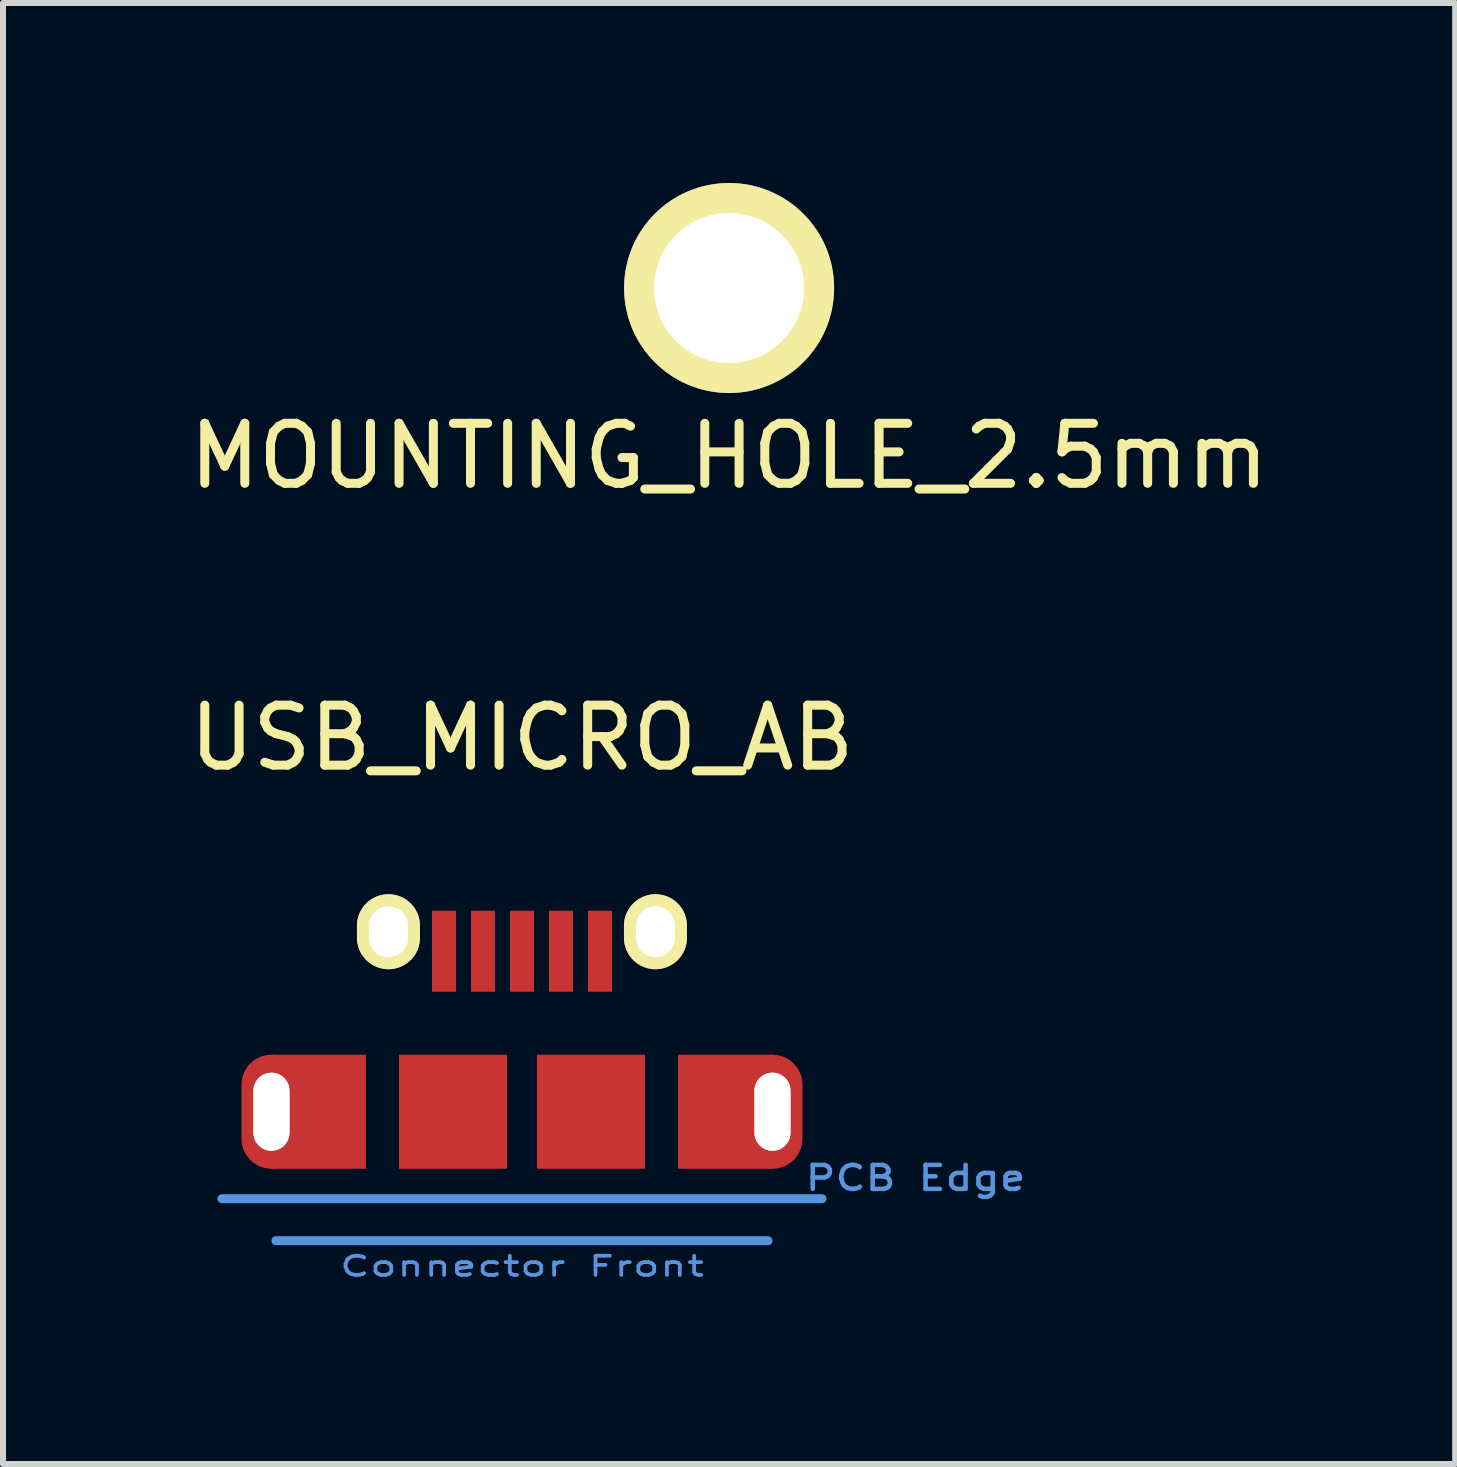
<source format=kicad_pcb>
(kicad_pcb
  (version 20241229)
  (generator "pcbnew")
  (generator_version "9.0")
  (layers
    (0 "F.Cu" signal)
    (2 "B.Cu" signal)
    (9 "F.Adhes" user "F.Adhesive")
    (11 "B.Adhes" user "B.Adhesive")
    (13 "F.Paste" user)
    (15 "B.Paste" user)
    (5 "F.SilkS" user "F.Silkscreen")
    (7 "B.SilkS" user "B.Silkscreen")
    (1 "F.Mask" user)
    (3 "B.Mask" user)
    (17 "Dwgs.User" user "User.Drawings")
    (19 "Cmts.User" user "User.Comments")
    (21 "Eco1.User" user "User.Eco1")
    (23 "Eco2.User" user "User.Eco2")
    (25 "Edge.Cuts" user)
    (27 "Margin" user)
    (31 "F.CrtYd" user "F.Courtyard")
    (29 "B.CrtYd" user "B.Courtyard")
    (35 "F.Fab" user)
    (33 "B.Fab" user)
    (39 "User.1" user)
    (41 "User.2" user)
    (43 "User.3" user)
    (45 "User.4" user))
  (footprint "USB_MICRO_AB"
    (layer "F.Cu")
    (at 5.649 12.803)
    (property "Reference" "USB_MICRO_AB" (at 0 -3.556 0) (layer "F.SilkS") (effects (font (size 1 1) (thickness 0.15))))
    (attr through_hole)
    (fp_line (start -5 4.125) (end 5 4.125) (stroke (width 0.15) (type solid)) (layer "Cmts.User"))
    (fp_line (start -4.1 4.825) (end 4.1 4.825) (stroke (width 0.15) (type solid)) (layer "Cmts.User"))
    (fp_text user "Connector Front" (at 0 5.25 0) (layer "Cmts.User") (effects (font (size 0.32 0.5) (thickness 0.062))))
    (fp_text user "PCB Edge" (at 6.56 3.78 0) (layer "Cmts.User") (effects (font (size 0.4 0.5) (thickness 0.075))))
    (pad "" thru_hole oval (at -4.175 2.675) (size 0.6 1.3) (drill oval 0.6 1.3) (layers "*.Cu" "*.Mask" "F.SilkS"))
    (pad "" smd oval (at -4.175 2.675) (size 1 1.9) (layers "F.Cu" "F.Mask" "F.Paste"))
    (pad "" smd rect (at -3.388 2.675) (size 1.575 1.9) (layers "F.Cu" "F.Mask" "F.Paste"))
    (pad "" thru_hole oval (at -2.225 -0.325) (size 1.05 1.25) (drill oval 0.65 0.85) (layers "*.Cu" "*.Mask" "F.SilkS"))
    (pad "" smd rect (at -1.15 2.675) (size 1.8 1.9) (layers "F.Cu" "F.Mask" "F.Paste"))
    (pad "" smd rect (at 1.15 2.675) (size 1.8 1.9) (layers "F.Cu" "F.Mask" "F.Paste"))
    (pad "" thru_hole oval (at 2.225 -0.325) (size 1.05 1.25) (drill oval 0.65 0.85) (layers "*.Cu" "*.Mask" "F.SilkS"))
    (pad "" smd rect (at 3.388 2.675) (size 1.575 1.9) (layers "F.Cu" "F.Mask" "F.Paste"))
    (pad "" thru_hole oval (at 4.175 2.675) (size 0.6 1.3) (drill oval 0.6 1.3) (layers "*.Cu" "*.Mask" "F.SilkS"))
    (pad "" smd oval (at 4.175 2.675) (size 1 1.9) (layers "F.Cu" "F.Mask" "F.Paste"))
    (pad "1" smd rect (at -1.3 0) (size 0.4 1.35) (layers "F.Cu" "F.Mask" "F.Paste"))
    (pad "2" smd rect (at -0.65 0) (size 0.4 1.35) (layers "F.Cu" "F.Mask" "F.Paste"))
    (pad "3" smd rect (at 0 0) (size 0.4 1.35) (layers "F.Cu" "F.Mask" "F.Paste"))
    (pad "4" smd rect (at 0.65 0) (size 0.4 1.35) (layers "F.Cu" "F.Mask" "F.Paste"))
    (pad "5" smd rect (at 1.3 0) (size 0.4 1.35) (layers "F.Cu" "F.Mask" "F.Paste")))
  (footprint "MOUNTING_HOLE_2.5mm"
    (layer "F.Cu")
    (at 9.101 1.75)
    (property "Reference" "MOUNTING_HOLE_2.5mm" (at 0 2.8 0) (layer "F.SilkS") (effects (font (size 1 1) (thickness 0.15))))
    (attr through_hole)
    (pad "1" thru_hole circle (at 0 0) (size 3.5 3.5) (drill 2.5) (layers "*.Cu" "*.Mask" "F.SilkS")))
  (gr_rect
    (start -3 -3)
    (end 21.202 21.349)
    (stroke (width 0.1) (type default))
    (fill no)
    (layer "Edge.Cuts")))
</source>
